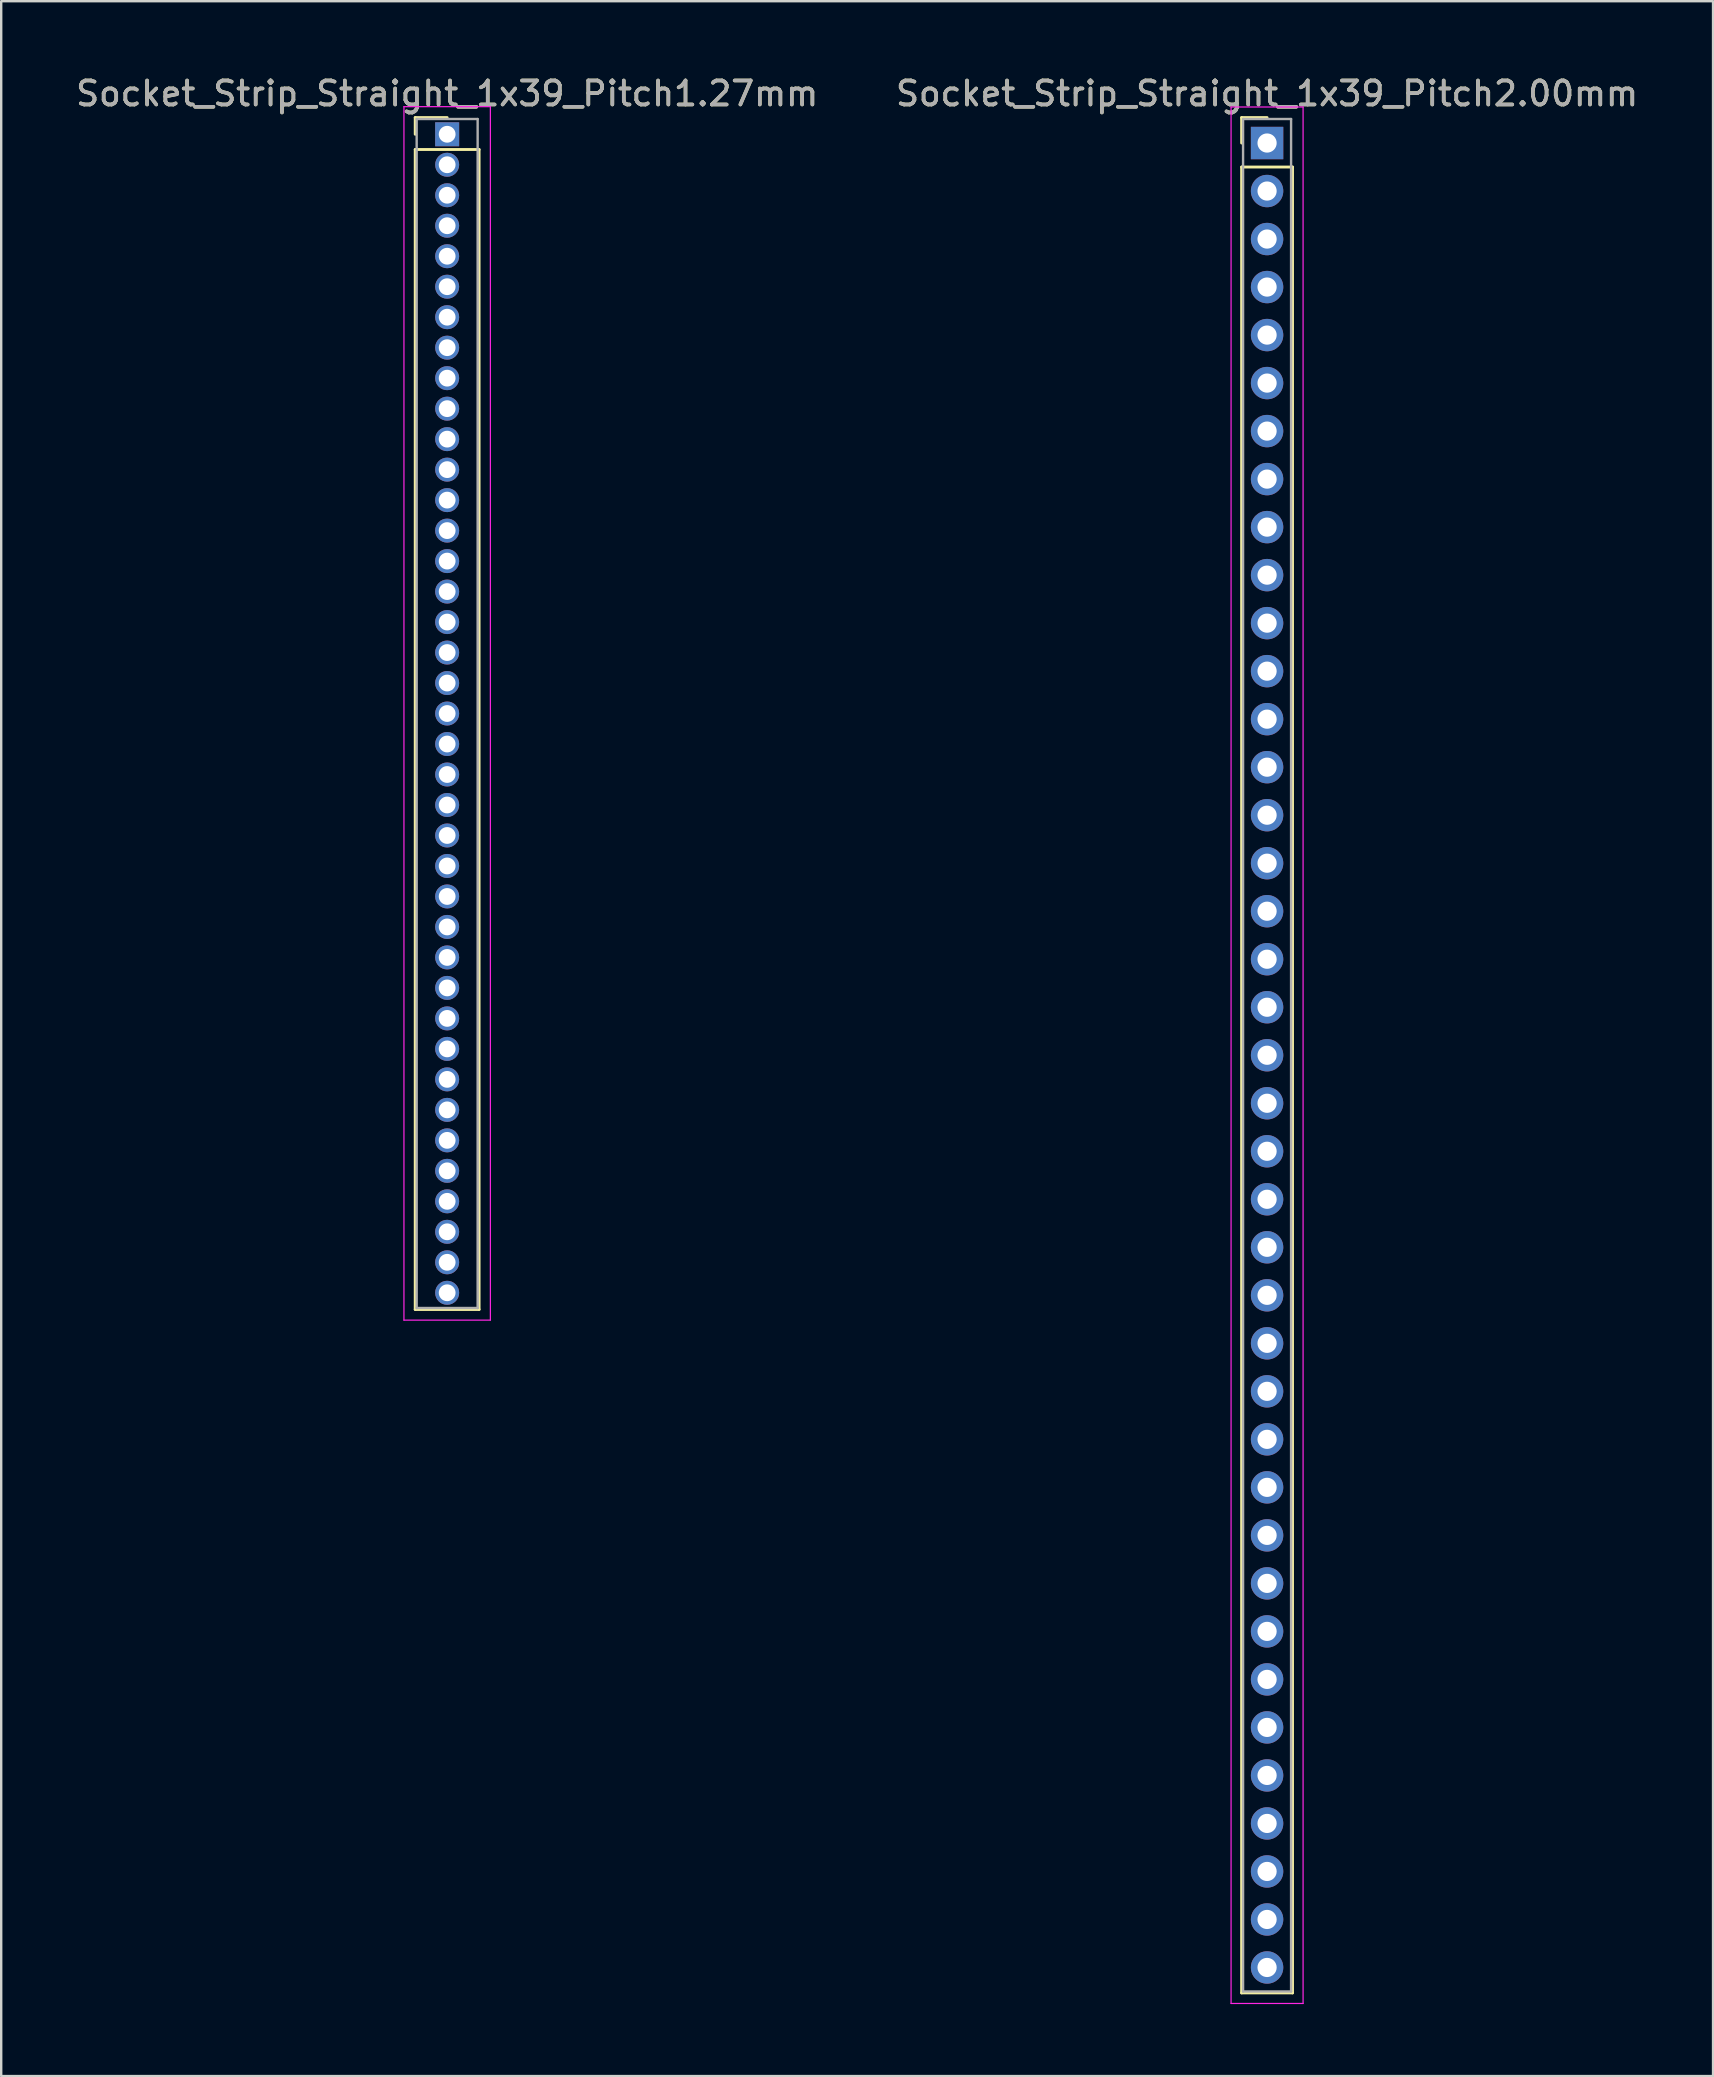
<source format=kicad_pcb>
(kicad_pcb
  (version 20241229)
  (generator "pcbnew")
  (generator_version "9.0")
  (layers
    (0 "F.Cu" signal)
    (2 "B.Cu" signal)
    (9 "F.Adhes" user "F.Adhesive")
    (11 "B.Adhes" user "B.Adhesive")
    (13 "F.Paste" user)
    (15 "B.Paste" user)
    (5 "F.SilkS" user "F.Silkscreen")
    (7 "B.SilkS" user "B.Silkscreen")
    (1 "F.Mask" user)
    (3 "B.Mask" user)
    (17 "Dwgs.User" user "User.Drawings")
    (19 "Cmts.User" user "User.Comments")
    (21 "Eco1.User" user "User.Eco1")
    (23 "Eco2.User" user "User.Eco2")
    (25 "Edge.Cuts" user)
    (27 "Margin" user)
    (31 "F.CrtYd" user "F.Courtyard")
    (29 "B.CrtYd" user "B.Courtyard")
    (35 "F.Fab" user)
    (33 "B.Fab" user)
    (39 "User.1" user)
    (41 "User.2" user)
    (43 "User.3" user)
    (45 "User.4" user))
  (footprint "Socket_Strip_Straight_1x39_Pitch2.00mm"
    (layer "F.Cu")
    (at 49.732 2.908)
    (property "Reference" "Socket_Strip_Straight_1x39_Pitch2.00mm" (at 0 -2.06 0) (layer "F.SilkS") (effects (font (size 1 1) (thickness 0.15))))
    (attr through_hole)
    (fp_line (start -1.06 -1.06) (end 0 -1.06) (stroke (width 0.12) (type solid)) (layer "F.SilkS"))
    (fp_line (start -1.06 0) (end -1.06 -1.06) (stroke (width 0.12) (type solid)) (layer "F.SilkS"))
    (fp_line (start -1.06 1) (end -1.06 77.06) (stroke (width 0.12) (type solid)) (layer "F.SilkS"))
    (fp_line (start -1.06 77.06) (end 1.06 77.06) (stroke (width 0.12) (type solid)) (layer "F.SilkS"))
    (fp_line (start 1.06 1) (end -1.06 1) (stroke (width 0.12) (type solid)) (layer "F.SilkS"))
    (fp_line (start 1.06 77.06) (end 1.06 1) (stroke (width 0.12) (type solid)) (layer "F.SilkS"))
    (fp_line (start -1.5 -1.5) (end -1.5 77.5) (stroke (width 0.05) (type solid)) (layer "F.CrtYd"))
    (fp_line (start -1.5 77.5) (end 1.5 77.5) (stroke (width 0.05) (type solid)) (layer "F.CrtYd"))
    (fp_line (start 1.5 -1.5) (end -1.5 -1.5) (stroke (width 0.05) (type solid)) (layer "F.CrtYd"))
    (fp_line (start 1.5 77.5) (end 1.5 -1.5) (stroke (width 0.05) (type solid)) (layer "F.CrtYd"))
    (fp_line (start -1 -1) (end -1 77) (stroke (width 0.1) (type solid)) (layer "F.Fab"))
    (fp_line (start -1 77) (end 1 77) (stroke (width 0.1) (type solid)) (layer "F.Fab"))
    (fp_line (start 1 -1) (end -1 -1) (stroke (width 0.1) (type solid)) (layer "F.Fab"))
    (fp_line (start 1 77) (end 1 -1) (stroke (width 0.1) (type solid)) (layer "F.Fab"))
    (fp_text user "${REFERENCE}" (at 0 -2.06 0) (layer "F.Fab") (effects (font (size 1 1) (thickness 0.15))))
    (pad "1" thru_hole rect (at 0 0) (size 1.35 1.35) (drill 0.8) (layers "*.Cu" "*.Mask"))
    (pad "2" thru_hole oval (at 0 2) (size 1.35 1.35) (drill 0.8) (layers "*.Cu" "*.Mask"))
    (pad "3" thru_hole oval (at 0 4) (size 1.35 1.35) (drill 0.8) (layers "*.Cu" "*.Mask"))
    (pad "4" thru_hole oval (at 0 6) (size 1.35 1.35) (drill 0.8) (layers "*.Cu" "*.Mask"))
    (pad "5" thru_hole oval (at 0 8) (size 1.35 1.35) (drill 0.8) (layers "*.Cu" "*.Mask"))
    (pad "6" thru_hole oval (at 0 10) (size 1.35 1.35) (drill 0.8) (layers "*.Cu" "*.Mask"))
    (pad "7" thru_hole oval (at 0 12) (size 1.35 1.35) (drill 0.8) (layers "*.Cu" "*.Mask"))
    (pad "8" thru_hole oval (at 0 14) (size 1.35 1.35) (drill 0.8) (layers "*.Cu" "*.Mask"))
    (pad "9" thru_hole oval (at 0 16) (size 1.35 1.35) (drill 0.8) (layers "*.Cu" "*.Mask"))
    (pad "10" thru_hole oval (at 0 18) (size 1.35 1.35) (drill 0.8) (layers "*.Cu" "*.Mask"))
    (pad "11" thru_hole oval (at 0 20) (size 1.35 1.35) (drill 0.8) (layers "*.Cu" "*.Mask"))
    (pad "12" thru_hole oval (at 0 22) (size 1.35 1.35) (drill 0.8) (layers "*.Cu" "*.Mask"))
    (pad "13" thru_hole oval (at 0 24) (size 1.35 1.35) (drill 0.8) (layers "*.Cu" "*.Mask"))
    (pad "14" thru_hole oval (at 0 26) (size 1.35 1.35) (drill 0.8) (layers "*.Cu" "*.Mask"))
    (pad "15" thru_hole oval (at 0 28) (size 1.35 1.35) (drill 0.8) (layers "*.Cu" "*.Mask"))
    (pad "16" thru_hole oval (at 0 30) (size 1.35 1.35) (drill 0.8) (layers "*.Cu" "*.Mask"))
    (pad "17" thru_hole oval (at 0 32) (size 1.35 1.35) (drill 0.8) (layers "*.Cu" "*.Mask"))
    (pad "18" thru_hole oval (at 0 34) (size 1.35 1.35) (drill 0.8) (layers "*.Cu" "*.Mask"))
    (pad "19" thru_hole oval (at 0 36) (size 1.35 1.35) (drill 0.8) (layers "*.Cu" "*.Mask"))
    (pad "20" thru_hole oval (at 0 38) (size 1.35 1.35) (drill 0.8) (layers "*.Cu" "*.Mask"))
    (pad "21" thru_hole oval (at 0 40) (size 1.35 1.35) (drill 0.8) (layers "*.Cu" "*.Mask"))
    (pad "22" thru_hole oval (at 0 42) (size 1.35 1.35) (drill 0.8) (layers "*.Cu" "*.Mask"))
    (pad "23" thru_hole oval (at 0 44) (size 1.35 1.35) (drill 0.8) (layers "*.Cu" "*.Mask"))
    (pad "24" thru_hole oval (at 0 46) (size 1.35 1.35) (drill 0.8) (layers "*.Cu" "*.Mask"))
    (pad "25" thru_hole oval (at 0 48) (size 1.35 1.35) (drill 0.8) (layers "*.Cu" "*.Mask"))
    (pad "26" thru_hole oval (at 0 50) (size 1.35 1.35) (drill 0.8) (layers "*.Cu" "*.Mask"))
    (pad "27" thru_hole oval (at 0 52) (size 1.35 1.35) (drill 0.8) (layers "*.Cu" "*.Mask"))
    (pad "28" thru_hole oval (at 0 54) (size 1.35 1.35) (drill 0.8) (layers "*.Cu" "*.Mask"))
    (pad "29" thru_hole oval (at 0 56) (size 1.35 1.35) (drill 0.8) (layers "*.Cu" "*.Mask"))
    (pad "30" thru_hole oval (at 0 58) (size 1.35 1.35) (drill 0.8) (layers "*.Cu" "*.Mask"))
    (pad "31" thru_hole oval (at 0 60) (size 1.35 1.35) (drill 0.8) (layers "*.Cu" "*.Mask"))
    (pad "32" thru_hole oval (at 0 62) (size 1.35 1.35) (drill 0.8) (layers "*.Cu" "*.Mask"))
    (pad "33" thru_hole oval (at 0 64) (size 1.35 1.35) (drill 0.8) (layers "*.Cu" "*.Mask"))
    (pad "34" thru_hole oval (at 0 66) (size 1.35 1.35) (drill 0.8) (layers "*.Cu" "*.Mask"))
    (pad "35" thru_hole oval (at 0 68) (size 1.35 1.35) (drill 0.8) (layers "*.Cu" "*.Mask"))
    (pad "36" thru_hole oval (at 0 70) (size 1.35 1.35) (drill 0.8) (layers "*.Cu" "*.Mask"))
    (pad "37" thru_hole oval (at 0 72) (size 1.35 1.35) (drill 0.8) (layers "*.Cu" "*.Mask"))
    (pad "38" thru_hole oval (at 0 74) (size 1.35 1.35) (drill 0.8) (layers "*.Cu" "*.Mask"))
    (pad "39" thru_hole oval (at 0 76) (size 1.35 1.35) (drill 0.8) (layers "*.Cu" "*.Mask")))
  (footprint "Socket_Strip_Straight_1x39_Pitch1.27mm"
    (layer "F.Cu")
    (at 15.577 2.543)
    (property "Reference" "Socket_Strip_Straight_1x39_Pitch1.27mm" (at 0 -1.695 0) (layer "F.SilkS") (effects (font (size 1 1) (thickness 0.15))))
    (attr through_hole)
    (fp_line (start -1.33 -0.695) (end 0 -0.695) (stroke (width 0.12) (type solid)) (layer "F.SilkS"))
    (fp_line (start -1.33 0) (end -1.33 -0.695) (stroke (width 0.12) (type solid)) (layer "F.SilkS"))
    (fp_line (start -1.33 0.635) (end -1.33 48.955) (stroke (width 0.12) (type solid)) (layer "F.SilkS"))
    (fp_line (start -1.33 48.955) (end 1.33 48.955) (stroke (width 0.12) (type solid)) (layer "F.SilkS"))
    (fp_line (start 1.33 0.635) (end -1.33 0.635) (stroke (width 0.12) (type solid)) (layer "F.SilkS"))
    (fp_line (start 1.33 48.955) (end 1.33 0.635) (stroke (width 0.12) (type solid)) (layer "F.SilkS"))
    (fp_line (start -1.8 -1.15) (end -1.8 49.4) (stroke (width 0.05) (type solid)) (layer "F.CrtYd"))
    (fp_line (start -1.8 49.4) (end 1.8 49.4) (stroke (width 0.05) (type solid)) (layer "F.CrtYd"))
    (fp_line (start 1.8 -1.15) (end -1.8 -1.15) (stroke (width 0.05) (type solid)) (layer "F.CrtYd"))
    (fp_line (start 1.8 49.4) (end 1.8 -1.15) (stroke (width 0.05) (type solid)) (layer "F.CrtYd"))
    (fp_line (start -1.27 -0.635) (end -1.27 48.895) (stroke (width 0.1) (type solid)) (layer "F.Fab"))
    (fp_line (start -1.27 48.895) (end 1.27 48.895) (stroke (width 0.1) (type solid)) (layer "F.Fab"))
    (fp_line (start 1.27 -0.635) (end -1.27 -0.635) (stroke (width 0.1) (type solid)) (layer "F.Fab"))
    (fp_line (start 1.27 48.895) (end 1.27 -0.635) (stroke (width 0.1) (type solid)) (layer "F.Fab"))
    (fp_text user "${REFERENCE}" (at 0 -1.695 0) (layer "F.Fab") (effects (font (size 1 1) (thickness 0.15))))
    (pad "1" thru_hole rect (at 0 0) (size 1 1) (drill 0.7) (layers "*.Cu" "*.Mask"))
    (pad "2" thru_hole oval (at 0 1.27) (size 1 1) (drill 0.7) (layers "*.Cu" "*.Mask"))
    (pad "3" thru_hole oval (at 0 2.54) (size 1 1) (drill 0.7) (layers "*.Cu" "*.Mask"))
    (pad "4" thru_hole oval (at 0 3.81) (size 1 1) (drill 0.7) (layers "*.Cu" "*.Mask"))
    (pad "5" thru_hole oval (at 0 5.08) (size 1 1) (drill 0.7) (layers "*.Cu" "*.Mask"))
    (pad "6" thru_hole oval (at 0 6.35) (size 1 1) (drill 0.7) (layers "*.Cu" "*.Mask"))
    (pad "7" thru_hole oval (at 0 7.62) (size 1 1) (drill 0.7) (layers "*.Cu" "*.Mask"))
    (pad "8" thru_hole oval (at 0 8.89) (size 1 1) (drill 0.7) (layers "*.Cu" "*.Mask"))
    (pad "9" thru_hole oval (at 0 10.16) (size 1 1) (drill 0.7) (layers "*.Cu" "*.Mask"))
    (pad "10" thru_hole oval (at 0 11.43) (size 1 1) (drill 0.7) (layers "*.Cu" "*.Mask"))
    (pad "11" thru_hole oval (at 0 12.7) (size 1 1) (drill 0.7) (layers "*.Cu" "*.Mask"))
    (pad "12" thru_hole oval (at 0 13.97) (size 1 1) (drill 0.7) (layers "*.Cu" "*.Mask"))
    (pad "13" thru_hole oval (at 0 15.24) (size 1 1) (drill 0.7) (layers "*.Cu" "*.Mask"))
    (pad "14" thru_hole oval (at 0 16.51) (size 1 1) (drill 0.7) (layers "*.Cu" "*.Mask"))
    (pad "15" thru_hole oval (at 0 17.78) (size 1 1) (drill 0.7) (layers "*.Cu" "*.Mask"))
    (pad "16" thru_hole oval (at 0 19.05) (size 1 1) (drill 0.7) (layers "*.Cu" "*.Mask"))
    (pad "17" thru_hole oval (at 0 20.32) (size 1 1) (drill 0.7) (layers "*.Cu" "*.Mask"))
    (pad "18" thru_hole oval (at 0 21.59) (size 1 1) (drill 0.7) (layers "*.Cu" "*.Mask"))
    (pad "19" thru_hole oval (at 0 22.86) (size 1 1) (drill 0.7) (layers "*.Cu" "*.Mask"))
    (pad "20" thru_hole oval (at 0 24.13) (size 1 1) (drill 0.7) (layers "*.Cu" "*.Mask"))
    (pad "21" thru_hole oval (at 0 25.4) (size 1 1) (drill 0.7) (layers "*.Cu" "*.Mask"))
    (pad "22" thru_hole oval (at 0 26.67) (size 1 1) (drill 0.7) (layers "*.Cu" "*.Mask"))
    (pad "23" thru_hole oval (at 0 27.94) (size 1 1) (drill 0.7) (layers "*.Cu" "*.Mask"))
    (pad "24" thru_hole oval (at 0 29.21) (size 1 1) (drill 0.7) (layers "*.Cu" "*.Mask"))
    (pad "25" thru_hole oval (at 0 30.48) (size 1 1) (drill 0.7) (layers "*.Cu" "*.Mask"))
    (pad "26" thru_hole oval (at 0 31.75) (size 1 1) (drill 0.7) (layers "*.Cu" "*.Mask"))
    (pad "27" thru_hole oval (at 0 33.02) (size 1 1) (drill 0.7) (layers "*.Cu" "*.Mask"))
    (pad "28" thru_hole oval (at 0 34.29) (size 1 1) (drill 0.7) (layers "*.Cu" "*.Mask"))
    (pad "29" thru_hole oval (at 0 35.56) (size 1 1) (drill 0.7) (layers "*.Cu" "*.Mask"))
    (pad "30" thru_hole oval (at 0 36.83) (size 1 1) (drill 0.7) (layers "*.Cu" "*.Mask"))
    (pad "31" thru_hole oval (at 0 38.1) (size 1 1) (drill 0.7) (layers "*.Cu" "*.Mask"))
    (pad "32" thru_hole oval (at 0 39.37) (size 1 1) (drill 0.7) (layers "*.Cu" "*.Mask"))
    (pad "33" thru_hole oval (at 0 40.64) (size 1 1) (drill 0.7) (layers "*.Cu" "*.Mask"))
    (pad "34" thru_hole oval (at 0 41.91) (size 1 1) (drill 0.7) (layers "*.Cu" "*.Mask"))
    (pad "35" thru_hole oval (at 0 43.18) (size 1 1) (drill 0.7) (layers "*.Cu" "*.Mask"))
    (pad "36" thru_hole oval (at 0 44.45) (size 1 1) (drill 0.7) (layers "*.Cu" "*.Mask"))
    (pad "37" thru_hole oval (at 0 45.72) (size 1 1) (drill 0.7) (layers "*.Cu" "*.Mask"))
    (pad "38" thru_hole oval (at 0 46.99) (size 1 1) (drill 0.7) (layers "*.Cu" "*.Mask"))
    (pad "39" thru_hole oval (at 0 48.26) (size 1 1) (drill 0.7) (layers "*.Cu" "*.Mask")))
  (gr_rect
    (start -3 -3)
    (end 68.31 83.433)
    (stroke (width 0.1) (type default))
    (fill no)
    (layer "Edge.Cuts")))
</source>
